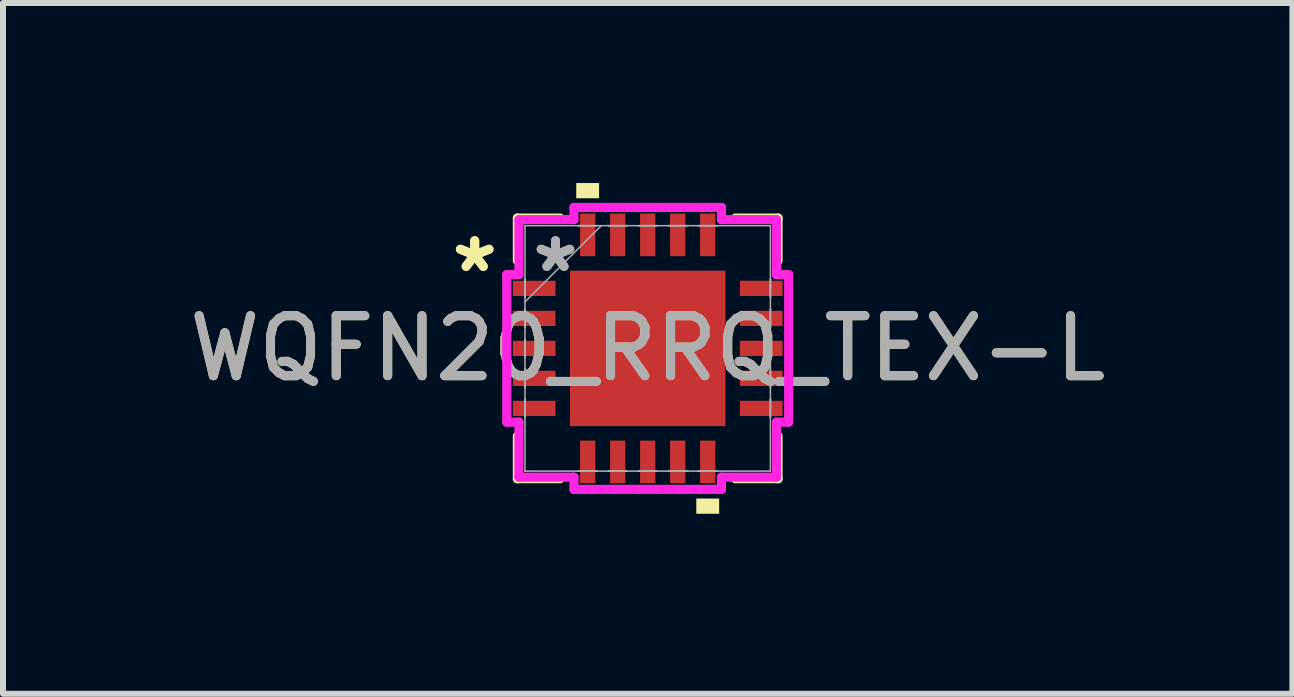
<source format=kicad_pcb>
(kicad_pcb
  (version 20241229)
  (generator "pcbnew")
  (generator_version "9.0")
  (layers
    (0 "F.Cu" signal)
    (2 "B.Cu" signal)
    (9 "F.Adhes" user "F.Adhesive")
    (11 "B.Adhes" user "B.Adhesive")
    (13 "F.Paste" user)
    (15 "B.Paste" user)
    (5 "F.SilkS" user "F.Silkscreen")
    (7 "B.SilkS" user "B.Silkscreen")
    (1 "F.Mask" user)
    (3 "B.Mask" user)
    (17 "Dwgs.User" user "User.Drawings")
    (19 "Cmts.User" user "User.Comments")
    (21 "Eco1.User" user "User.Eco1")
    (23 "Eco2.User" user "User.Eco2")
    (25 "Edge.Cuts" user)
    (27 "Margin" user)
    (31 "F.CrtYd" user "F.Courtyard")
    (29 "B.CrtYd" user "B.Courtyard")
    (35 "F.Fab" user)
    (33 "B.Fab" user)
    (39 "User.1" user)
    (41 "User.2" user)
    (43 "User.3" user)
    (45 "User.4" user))
  (footprint "WQFN20_RRQ_TEX-L"
    (layer "F.Cu")
    (at 7.744 2.756)
    (property "Reference" "WQFN20_RRQ_TEX-L" (at 0 0 0) (unlocked yes) (layer "F.SilkS") (effects (font (size 1 1) (thickness 0.15))))
    (attr smd)
    (fp_line (start -2.172 -2.172) (end -2.172 -1.46) (stroke (width 0.152) (type solid)) (layer "F.SilkS"))
    (fp_line (start -2.172 1.46) (end -2.172 2.172) (stroke (width 0.152) (type solid)) (layer "F.SilkS"))
    (fp_line (start -2.172 2.172) (end -1.46 2.172) (stroke (width 0.152) (type solid)) (layer "F.SilkS"))
    (fp_line (start -1.46 -2.172) (end -2.172 -2.172) (stroke (width 0.152) (type solid)) (layer "F.SilkS"))
    (fp_line (start 1.46 2.172) (end 2.172 2.172) (stroke (width 0.152) (type solid)) (layer "F.SilkS"))
    (fp_line (start 2.172 -2.172) (end 1.46 -2.172) (stroke (width 0.152) (type solid)) (layer "F.SilkS"))
    (fp_line (start 2.172 -1.46) (end 2.172 -2.172) (stroke (width 0.152) (type solid)) (layer "F.SilkS"))
    (fp_line (start 2.172 2.172) (end 2.172 1.46) (stroke (width 0.152) (type solid)) (layer "F.SilkS"))
    (fp_poly (pts (xy -1.191 -2.502) (xy -1.191 -2.756) (xy -0.81 -2.756) (xy -0.81 -2.502)) (stroke (width 0) (type solid)) (fill yes) (layer "F.SilkS"))
    (fp_poly (pts (xy 0.81 2.502) (xy 0.81 2.756) (xy 1.191 2.756) (xy 1.191 2.502)) (stroke (width 0) (type solid)) (fill yes) (layer "F.SilkS"))
    (fp_poly (pts (xy -1.195 -1.195) (xy -1.195 -0.1) (xy -0.1 -0.1) (xy -0.1 -1.195)) (stroke (width 0) (type solid)) (fill yes) (layer "F.Paste"))
    (fp_poly (pts (xy -1.195 0.1) (xy -1.195 1.195) (xy -0.1 1.195) (xy -0.1 0.1)) (stroke (width 0) (type solid)) (fill yes) (layer "F.Paste"))
    (fp_poly (pts (xy 0.1 -1.195) (xy 0.1 -0.1) (xy 1.195 -0.1) (xy 1.195 -1.195)) (stroke (width 0) (type solid)) (fill yes) (layer "F.Paste"))
    (fp_poly (pts (xy 0.1 0.1) (xy 0.1 1.195) (xy 1.195 1.195) (xy 1.195 0.1)) (stroke (width 0) (type solid)) (fill yes) (layer "F.Paste"))
    (fp_line (start -2.349 -1.229) (end -2.146 -1.229) (stroke (width 0.152) (type solid)) (layer "F.CrtYd"))
    (fp_line (start -2.349 1.229) (end -2.349 -1.229) (stroke (width 0.152) (type solid)) (layer "F.CrtYd"))
    (fp_line (start -2.146 -2.146) (end -1.229 -2.146) (stroke (width 0.152) (type solid)) (layer "F.CrtYd"))
    (fp_line (start -2.146 -1.229) (end -2.146 -2.146) (stroke (width 0.152) (type solid)) (layer "F.CrtYd"))
    (fp_line (start -2.146 1.229) (end -2.349 1.229) (stroke (width 0.152) (type solid)) (layer "F.CrtYd"))
    (fp_line (start -2.146 2.146) (end -2.146 1.229) (stroke (width 0.152) (type solid)) (layer "F.CrtYd"))
    (fp_line (start -1.229 -2.349) (end 1.229 -2.349) (stroke (width 0.152) (type solid)) (layer "F.CrtYd"))
    (fp_line (start -1.229 -2.146) (end -1.229 -2.349) (stroke (width 0.152) (type solid)) (layer "F.CrtYd"))
    (fp_line (start -1.229 2.146) (end -2.146 2.146) (stroke (width 0.152) (type solid)) (layer "F.CrtYd"))
    (fp_line (start -1.229 2.349) (end -1.229 2.146) (stroke (width 0.152) (type solid)) (layer "F.CrtYd"))
    (fp_line (start 1.229 -2.349) (end 1.229 -2.146) (stroke (width 0.152) (type solid)) (layer "F.CrtYd"))
    (fp_line (start 1.229 -2.146) (end 2.146 -2.146) (stroke (width 0.152) (type solid)) (layer "F.CrtYd"))
    (fp_line (start 1.229 2.146) (end 1.229 2.349) (stroke (width 0.152) (type solid)) (layer "F.CrtYd"))
    (fp_line (start 1.229 2.349) (end -1.229 2.349) (stroke (width 0.152) (type solid)) (layer "F.CrtYd"))
    (fp_line (start 2.146 -2.146) (end 2.146 -1.229) (stroke (width 0.152) (type solid)) (layer "F.CrtYd"))
    (fp_line (start 2.146 -1.229) (end 2.349 -1.229) (stroke (width 0.152) (type solid)) (layer "F.CrtYd"))
    (fp_line (start 2.146 1.229) (end 2.146 2.146) (stroke (width 0.152) (type solid)) (layer "F.CrtYd"))
    (fp_line (start 2.146 2.146) (end 1.229 2.146) (stroke (width 0.152) (type solid)) (layer "F.CrtYd"))
    (fp_line (start 2.349 -1.229) (end 2.349 1.229) (stroke (width 0.152) (type solid)) (layer "F.CrtYd"))
    (fp_line (start 2.349 1.229) (end 2.146 1.229) (stroke (width 0.152) (type solid)) (layer "F.CrtYd"))
    (fp_line (start -2.045 -2.045) (end -2.045 -2.045) (stroke (width 0.025) (type solid)) (layer "F.Fab"))
    (fp_line (start -2.045 -2.045) (end -2.045 2.045) (stroke (width 0.025) (type solid)) (layer "F.Fab"))
    (fp_line (start -2.045 -1.153) (end -2.045 -1.153) (stroke (width 0.025) (type solid)) (layer "F.Fab"))
    (fp_line (start -2.045 -1.153) (end -2.045 -0.848) (stroke (width 0.025) (type solid)) (layer "F.Fab"))
    (fp_line (start -2.045 -0.848) (end -2.045 -1.153) (stroke (width 0.025) (type solid)) (layer "F.Fab"))
    (fp_line (start -2.045 -0.848) (end -2.045 -0.848) (stroke (width 0.025) (type solid)) (layer "F.Fab"))
    (fp_line (start -2.045 -0.775) (end -0.775 -2.045) (stroke (width 0.025) (type solid)) (layer "F.Fab"))
    (fp_line (start -2.045 -0.653) (end -2.045 -0.653) (stroke (width 0.025) (type solid)) (layer "F.Fab"))
    (fp_line (start -2.045 -0.653) (end -2.045 -0.348) (stroke (width 0.025) (type solid)) (layer "F.Fab"))
    (fp_line (start -2.045 -0.348) (end -2.045 -0.653) (stroke (width 0.025) (type solid)) (layer "F.Fab"))
    (fp_line (start -2.045 -0.348) (end -2.045 -0.348) (stroke (width 0.025) (type solid)) (layer "F.Fab"))
    (fp_line (start -2.045 -0.152) (end -2.045 -0.152) (stroke (width 0.025) (type solid)) (layer "F.Fab"))
    (fp_line (start -2.045 -0.152) (end -2.045 0.152) (stroke (width 0.025) (type solid)) (layer "F.Fab"))
    (fp_line (start -2.045 0.152) (end -2.045 -0.152) (stroke (width 0.025) (type solid)) (layer "F.Fab"))
    (fp_line (start -2.045 0.152) (end -2.045 0.152) (stroke (width 0.025) (type solid)) (layer "F.Fab"))
    (fp_line (start -2.045 0.348) (end -2.045 0.348) (stroke (width 0.025) (type solid)) (layer "F.Fab"))
    (fp_line (start -2.045 0.348) (end -2.045 0.653) (stroke (width 0.025) (type solid)) (layer "F.Fab"))
    (fp_line (start -2.045 0.653) (end -2.045 0.348) (stroke (width 0.025) (type solid)) (layer "F.Fab"))
    (fp_line (start -2.045 0.653) (end -2.045 0.653) (stroke (width 0.025) (type solid)) (layer "F.Fab"))
    (fp_line (start -2.045 0.848) (end -2.045 0.848) (stroke (width 0.025) (type solid)) (layer "F.Fab"))
    (fp_line (start -2.045 0.848) (end -2.045 1.153) (stroke (width 0.025) (type solid)) (layer "F.Fab"))
    (fp_line (start -2.045 1.153) (end -2.045 0.848) (stroke (width 0.025) (type solid)) (layer "F.Fab"))
    (fp_line (start -2.045 1.153) (end -2.045 1.153) (stroke (width 0.025) (type solid)) (layer "F.Fab"))
    (fp_line (start -2.045 2.045) (end -2.045 2.045) (stroke (width 0.025) (type solid)) (layer "F.Fab"))
    (fp_line (start -2.045 2.045) (end 2.045 2.045) (stroke (width 0.025) (type solid)) (layer "F.Fab"))
    (fp_line (start -1.153 -2.045) (end -1.153 -2.045) (stroke (width 0.025) (type solid)) (layer "F.Fab"))
    (fp_line (start -1.153 -2.045) (end -0.848 -2.045) (stroke (width 0.025) (type solid)) (layer "F.Fab"))
    (fp_line (start -1.153 2.045) (end -1.153 2.045) (stroke (width 0.025) (type solid)) (layer "F.Fab"))
    (fp_line (start -1.153 2.045) (end -0.848 2.045) (stroke (width 0.025) (type solid)) (layer "F.Fab"))
    (fp_line (start -0.848 -2.045) (end -1.153 -2.045) (stroke (width 0.025) (type solid)) (layer "F.Fab"))
    (fp_line (start -0.848 -2.045) (end -0.848 -2.045) (stroke (width 0.025) (type solid)) (layer "F.Fab"))
    (fp_line (start -0.848 2.045) (end -1.153 2.045) (stroke (width 0.025) (type solid)) (layer "F.Fab"))
    (fp_line (start -0.848 2.045) (end -0.848 2.045) (stroke (width 0.025) (type solid)) (layer "F.Fab"))
    (fp_line (start -0.653 -2.045) (end -0.653 -2.045) (stroke (width 0.025) (type solid)) (layer "F.Fab"))
    (fp_line (start -0.653 -2.045) (end -0.348 -2.045) (stroke (width 0.025) (type solid)) (layer "F.Fab"))
    (fp_line (start -0.653 2.045) (end -0.653 2.045) (stroke (width 0.025) (type solid)) (layer "F.Fab"))
    (fp_line (start -0.653 2.045) (end -0.348 2.045) (stroke (width 0.025) (type solid)) (layer "F.Fab"))
    (fp_line (start -0.348 -2.045) (end -0.653 -2.045) (stroke (width 0.025) (type solid)) (layer "F.Fab"))
    (fp_line (start -0.348 -2.045) (end -0.348 -2.045) (stroke (width 0.025) (type solid)) (layer "F.Fab"))
    (fp_line (start -0.348 2.045) (end -0.653 2.045) (stroke (width 0.025) (type solid)) (layer "F.Fab"))
    (fp_line (start -0.348 2.045) (end -0.348 2.045) (stroke (width 0.025) (type solid)) (layer "F.Fab"))
    (fp_line (start -0.152 -2.045) (end -0.152 -2.045) (stroke (width 0.025) (type solid)) (layer "F.Fab"))
    (fp_line (start -0.152 -2.045) (end 0.152 -2.045) (stroke (width 0.025) (type solid)) (layer "F.Fab"))
    (fp_line (start -0.152 2.045) (end -0.152 2.045) (stroke (width 0.025) (type solid)) (layer "F.Fab"))
    (fp_line (start -0.152 2.045) (end 0.152 2.045) (stroke (width 0.025) (type solid)) (layer "F.Fab"))
    (fp_line (start 0.152 -2.045) (end -0.152 -2.045) (stroke (width 0.025) (type solid)) (layer "F.Fab"))
    (fp_line (start 0.152 -2.045) (end 0.152 -2.045) (stroke (width 0.025) (type solid)) (layer "F.Fab"))
    (fp_line (start 0.152 2.045) (end -0.152 2.045) (stroke (width 0.025) (type solid)) (layer "F.Fab"))
    (fp_line (start 0.152 2.045) (end 0.152 2.045) (stroke (width 0.025) (type solid)) (layer "F.Fab"))
    (fp_line (start 0.348 -2.045) (end 0.348 -2.045) (stroke (width 0.025) (type solid)) (layer "F.Fab"))
    (fp_line (start 0.348 -2.045) (end 0.653 -2.045) (stroke (width 0.025) (type solid)) (layer "F.Fab"))
    (fp_line (start 0.348 2.045) (end 0.348 2.045) (stroke (width 0.025) (type solid)) (layer "F.Fab"))
    (fp_line (start 0.348 2.045) (end 0.653 2.045) (stroke (width 0.025) (type solid)) (layer "F.Fab"))
    (fp_line (start 0.653 -2.045) (end 0.348 -2.045) (stroke (width 0.025) (type solid)) (layer "F.Fab"))
    (fp_line (start 0.653 -2.045) (end 0.653 -2.045) (stroke (width 0.025) (type solid)) (layer "F.Fab"))
    (fp_line (start 0.653 2.045) (end 0.348 2.045) (stroke (width 0.025) (type solid)) (layer "F.Fab"))
    (fp_line (start 0.653 2.045) (end 0.653 2.045) (stroke (width 0.025) (type solid)) (layer "F.Fab"))
    (fp_line (start 0.848 -2.045) (end 0.848 -2.045) (stroke (width 0.025) (type solid)) (layer "F.Fab"))
    (fp_line (start 0.848 -2.045) (end 1.153 -2.045) (stroke (width 0.025) (type solid)) (layer "F.Fab"))
    (fp_line (start 0.848 2.045) (end 0.848 2.045) (stroke (width 0.025) (type solid)) (layer "F.Fab"))
    (fp_line (start 0.848 2.045) (end 1.153 2.045) (stroke (width 0.025) (type solid)) (layer "F.Fab"))
    (fp_line (start 1.153 -2.045) (end 0.848 -2.045) (stroke (width 0.025) (type solid)) (layer "F.Fab"))
    (fp_line (start 1.153 -2.045) (end 1.153 -2.045) (stroke (width 0.025) (type solid)) (layer "F.Fab"))
    (fp_line (start 1.153 2.045) (end 0.848 2.045) (stroke (width 0.025) (type solid)) (layer "F.Fab"))
    (fp_line (start 1.153 2.045) (end 1.153 2.045) (stroke (width 0.025) (type solid)) (layer "F.Fab"))
    (fp_line (start 2.045 -2.045) (end -2.045 -2.045) (stroke (width 0.025) (type solid)) (layer "F.Fab"))
    (fp_line (start 2.045 -2.045) (end 2.045 -2.045) (stroke (width 0.025) (type solid)) (layer "F.Fab"))
    (fp_line (start 2.045 -1.153) (end 2.045 -1.153) (stroke (width 0.025) (type solid)) (layer "F.Fab"))
    (fp_line (start 2.045 -1.153) (end 2.045 -0.848) (stroke (width 0.025) (type solid)) (layer "F.Fab"))
    (fp_line (start 2.045 -0.848) (end 2.045 -1.153) (stroke (width 0.025) (type solid)) (layer "F.Fab"))
    (fp_line (start 2.045 -0.848) (end 2.045 -0.848) (stroke (width 0.025) (type solid)) (layer "F.Fab"))
    (fp_line (start 2.045 -0.653) (end 2.045 -0.653) (stroke (width 0.025) (type solid)) (layer "F.Fab"))
    (fp_line (start 2.045 -0.653) (end 2.045 -0.348) (stroke (width 0.025) (type solid)) (layer "F.Fab"))
    (fp_line (start 2.045 -0.348) (end 2.045 -0.653) (stroke (width 0.025) (type solid)) (layer "F.Fab"))
    (fp_line (start 2.045 -0.348) (end 2.045 -0.348) (stroke (width 0.025) (type solid)) (layer "F.Fab"))
    (fp_line (start 2.045 -0.152) (end 2.045 -0.152) (stroke (width 0.025) (type solid)) (layer "F.Fab"))
    (fp_line (start 2.045 -0.152) (end 2.045 0.152) (stroke (width 0.025) (type solid)) (layer "F.Fab"))
    (fp_line (start 2.045 0.152) (end 2.045 -0.152) (stroke (width 0.025) (type solid)) (layer "F.Fab"))
    (fp_line (start 2.045 0.152) (end 2.045 0.152) (stroke (width 0.025) (type solid)) (layer "F.Fab"))
    (fp_line (start 2.045 0.348) (end 2.045 0.348) (stroke (width 0.025) (type solid)) (layer "F.Fab"))
    (fp_line (start 2.045 0.348) (end 2.045 0.653) (stroke (width 0.025) (type solid)) (layer "F.Fab"))
    (fp_line (start 2.045 0.653) (end 2.045 0.348) (stroke (width 0.025) (type solid)) (layer "F.Fab"))
    (fp_line (start 2.045 0.653) (end 2.045 0.653) (stroke (width 0.025) (type solid)) (layer "F.Fab"))
    (fp_line (start 2.045 0.848) (end 2.045 0.848) (stroke (width 0.025) (type solid)) (layer "F.Fab"))
    (fp_line (start 2.045 0.848) (end 2.045 1.153) (stroke (width 0.025) (type solid)) (layer "F.Fab"))
    (fp_line (start 2.045 1.153) (end 2.045 0.848) (stroke (width 0.025) (type solid)) (layer "F.Fab"))
    (fp_line (start 2.045 1.153) (end 2.045 1.153) (stroke (width 0.025) (type solid)) (layer "F.Fab"))
    (fp_line (start 2.045 2.045) (end 2.045 -2.045) (stroke (width 0.025) (type solid)) (layer "F.Fab"))
    (fp_line (start 2.045 2.045) (end 2.045 2.045) (stroke (width 0.025) (type solid)) (layer "F.Fab"))
    (fp_text user "*" (at -2.883 -1.25 0) (unlocked yes) (layer "F.SilkS") (effects (font (size 1 1) (thickness 0.15))))
    (fp_text user "*" (at -2.883 -1.25 0) (layer "F.SilkS") (effects (font (size 1 1) (thickness 0.15))))
    (fp_text user "*" (at -1.537 -1.25 0) (unlocked yes) (layer "F.Fab") (effects (font (size 1 1) (thickness 0.15))))
    (fp_text user "${REFERENCE}" (at 0 0 0) (unlocked yes) (layer "F.Fab") (effects (font (size 1 1) (thickness 0.15))))
    (fp_text user "*" (at -1.537 -1.25 0) (layer "F.Fab") (effects (font (size 1 1) (thickness 0.15))))
    (pad "1" smd rect (at -1.892 -1 90) (size 0.254 0.711) (layers "F.Cu" "F.Mask" "F.Paste"))
    (pad "2" smd rect (at -1.892 -0.5 90) (size 0.254 0.711) (layers "F.Cu" "F.Mask" "F.Paste"))
    (pad "3" smd rect (at -1.892 0 90) (size 0.254 0.711) (layers "F.Cu" "F.Mask" "F.Paste"))
    (pad "4" smd rect (at -1.892 0.5 90) (size 0.254 0.711) (layers "F.Cu" "F.Mask" "F.Paste"))
    (pad "5" smd rect (at -1.892 1 90) (size 0.254 0.711) (layers "F.Cu" "F.Mask" "F.Paste"))
    (pad "6" smd rect (at -1 1.892) (size 0.254 0.711) (layers "F.Cu" "F.Mask" "F.Paste"))
    (pad "7" smd rect (at -0.5 1.892) (size 0.254 0.711) (layers "F.Cu" "F.Mask" "F.Paste"))
    (pad "8" smd rect (at 0 1.892) (size 0.254 0.711) (layers "F.Cu" "F.Mask" "F.Paste"))
    (pad "9" smd rect (at 0.5 1.892) (size 0.254 0.711) (layers "F.Cu" "F.Mask" "F.Paste"))
    (pad "10" smd rect (at 1 1.892) (size 0.254 0.711) (layers "F.Cu" "F.Mask" "F.Paste"))
    (pad "11" smd rect (at 1.892 1 90) (size 0.254 0.711) (layers "F.Cu" "F.Mask" "F.Paste"))
    (pad "12" smd rect (at 1.892 0.5 90) (size 0.254 0.711) (layers "F.Cu" "F.Mask" "F.Paste"))
    (pad "13" smd rect (at 1.892 0 90) (size 0.254 0.711) (layers "F.Cu" "F.Mask" "F.Paste"))
    (pad "14" smd rect (at 1.892 -0.5 90) (size 0.254 0.711) (layers "F.Cu" "F.Mask" "F.Paste"))
    (pad "15" smd rect (at 1.892 -1 90) (size 0.254 0.711) (layers "F.Cu" "F.Mask" "F.Paste"))
    (pad "16" smd rect (at 1 -1.892) (size 0.254 0.711) (layers "F.Cu" "F.Mask" "F.Paste"))
    (pad "17" smd rect (at 0.5 -1.892) (size 0.254 0.711) (layers "F.Cu" "F.Mask" "F.Paste"))
    (pad "18" smd rect (at 0 -1.892) (size 0.254 0.711) (layers "F.Cu" "F.Mask" "F.Paste"))
    (pad "19" smd rect (at -0.5 -1.892) (size 0.254 0.711) (layers "F.Cu" "F.Mask" "F.Paste"))
    (pad "20" smd rect (at -1 -1.892) (size 0.254 0.711) (layers "F.Cu" "F.Mask" "F.Paste"))
    (pad "21" smd rect (at 0 0) (size 2.591 2.591) (layers "F.Cu" "F.Mask")))
  (gr_rect
    (start -3 -3)
    (end 18.488 8.512)
    (stroke (width 0.1) (type default))
    (fill no)
    (layer "Edge.Cuts")))
</source>
